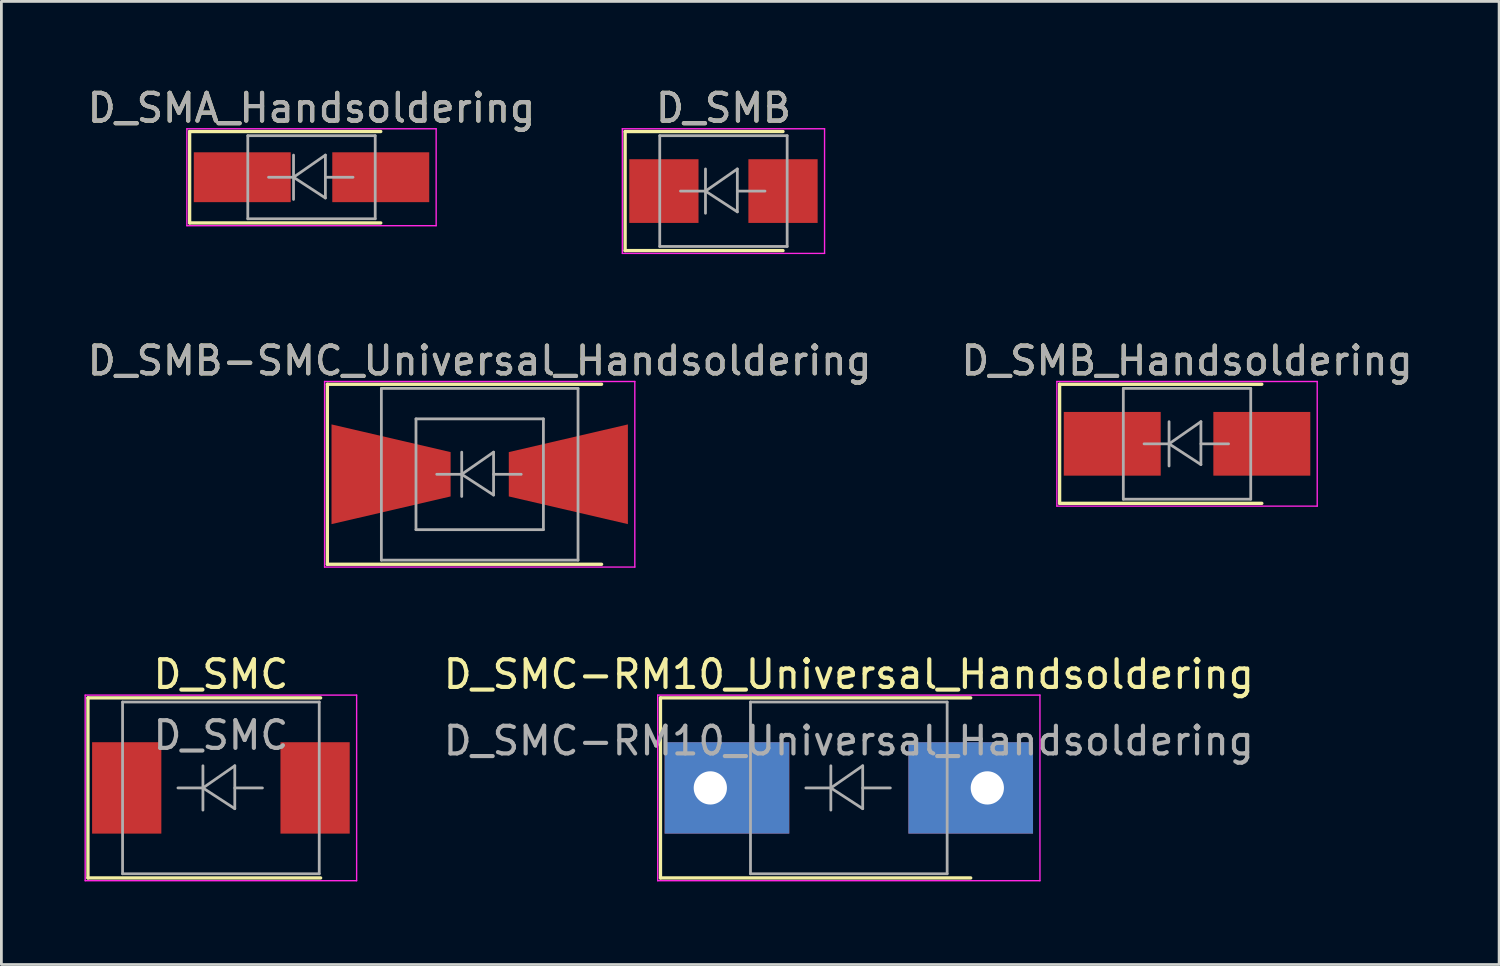
<source format=kicad_pcb>
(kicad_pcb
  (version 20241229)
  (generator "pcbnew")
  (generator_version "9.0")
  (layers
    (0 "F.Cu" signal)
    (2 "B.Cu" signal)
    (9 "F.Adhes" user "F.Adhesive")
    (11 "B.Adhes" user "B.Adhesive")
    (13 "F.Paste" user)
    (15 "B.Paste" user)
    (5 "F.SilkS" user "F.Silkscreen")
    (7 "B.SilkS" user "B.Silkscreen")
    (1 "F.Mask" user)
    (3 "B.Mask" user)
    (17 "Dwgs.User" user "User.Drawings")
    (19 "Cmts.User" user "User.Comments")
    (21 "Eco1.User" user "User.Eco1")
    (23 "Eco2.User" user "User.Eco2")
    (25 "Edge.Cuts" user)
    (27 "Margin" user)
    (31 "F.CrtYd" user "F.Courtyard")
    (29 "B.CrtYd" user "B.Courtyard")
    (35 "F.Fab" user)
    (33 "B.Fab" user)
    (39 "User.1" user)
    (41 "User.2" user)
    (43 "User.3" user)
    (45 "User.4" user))
  (footprint "D_SMB"
    (layer "F.Cu")
    (at 23.068 3.848)
    (property "Reference" "D_SMB" (at 0 -3 0) (layer "F.SilkS") (effects (font (size 1 1) (thickness 0.15))))
    (attr smd)
    (fp_line (start -3.55 -2.15) (end -3.55 2.15) (stroke (width 0.12) (type solid)) (layer "F.SilkS"))
    (fp_line (start -3.55 -2.15) (end 2.15 -2.15) (stroke (width 0.12) (type solid)) (layer "F.SilkS"))
    (fp_line (start -3.55 2.15) (end 2.15 2.15) (stroke (width 0.12) (type solid)) (layer "F.SilkS"))
    (fp_line (start -3.65 -2.25) (end 3.65 -2.25) (stroke (width 0.05) (type solid)) (layer "F.CrtYd"))
    (fp_line (start -3.65 2.25) (end -3.65 -2.25) (stroke (width 0.05) (type solid)) (layer "F.CrtYd"))
    (fp_line (start 3.65 -2.25) (end 3.65 2.25) (stroke (width 0.05) (type solid)) (layer "F.CrtYd"))
    (fp_line (start 3.65 2.25) (end -3.65 2.25) (stroke (width 0.05) (type solid)) (layer "F.CrtYd"))
    (fp_line (start -2.3 2) (end -2.3 -2) (stroke (width 0.1) (type solid)) (layer "F.Fab"))
    (fp_line (start -0.649 -0.799) (end -0.649 0.801) (stroke (width 0.1) (type solid)) (layer "F.Fab"))
    (fp_line (start -0.649 0.001) (end -1.551 0.001) (stroke (width 0.1) (type solid)) (layer "F.Fab"))
    (fp_line (start -0.649 0.001) (end 0.501 -0.799) (stroke (width 0.1) (type solid)) (layer "F.Fab"))
    (fp_line (start -0.649 0.001) (end 0.501 0.75) (stroke (width 0.1) (type solid)) (layer "F.Fab"))
    (fp_line (start 0.501 0.001) (end 1.499 0.001) (stroke (width 0.1) (type solid)) (layer "F.Fab"))
    (fp_line (start 0.501 0.75) (end 0.501 -0.799) (stroke (width 0.1) (type solid)) (layer "F.Fab"))
    (fp_line (start 2.3 -2) (end -2.3 -2) (stroke (width 0.1) (type solid)) (layer "F.Fab"))
    (fp_line (start 2.3 -2) (end 2.3 2) (stroke (width 0.1) (type solid)) (layer "F.Fab"))
    (fp_line (start 2.3 2) (end -2.3 2) (stroke (width 0.1) (type solid)) (layer "F.Fab"))
    (fp_text user "${REFERENCE}" (at 0 -3 0) (layer "F.Fab") (effects (font (size 1 1) (thickness 0.15))))
    (pad "1" smd rect (at -2.15 0) (size 2.5 2.3) (layers "F.Cu" "F.Mask" "F.Paste"))
    (pad "2" smd rect (at 2.15 0) (size 2.5 2.3) (layers "F.Cu" "F.Mask" "F.Paste")))
  (footprint "D_SMB-SMC_Universal_Handsoldering"
    (layer "F.Cu")
    (at 14.268 14.072)
    (property "Reference" "D_SMB-SMC_Universal_Handsoldering" (at 0 -4.1 0) (layer "F.SilkS") (effects (font (size 1 1) (thickness 0.15))))
    (attr smd)
    (fp_line (start -5.5 -3.25) (end 4.4 -3.25) (stroke (width 0.12) (type solid)) (layer "F.SilkS"))
    (fp_line (start -5.5 3.25) (end -5.5 -3.25) (stroke (width 0.12) (type solid)) (layer "F.SilkS"))
    (fp_line (start -5.5 3.25) (end 4.4 3.25) (stroke (width 0.12) (type solid)) (layer "F.SilkS"))
    (fp_line (start -5.6 -3.35) (end 5.6 -3.35) (stroke (width 0.05) (type solid)) (layer "F.CrtYd"))
    (fp_line (start -5.6 3.35) (end -5.6 -3.35) (stroke (width 0.05) (type solid)) (layer "F.CrtYd"))
    (fp_line (start 5.6 -3.35) (end 5.6 3.35) (stroke (width 0.05) (type solid)) (layer "F.CrtYd"))
    (fp_line (start 5.6 3.35) (end -5.6 3.35) (stroke (width 0.05) (type solid)) (layer "F.CrtYd"))
    (fp_line (start -3.55 3.1) (end -3.55 -3.1) (stroke (width 0.1) (type solid)) (layer "F.Fab"))
    (fp_line (start -2.3 2) (end -2.3 -2) (stroke (width 0.1) (type solid)) (layer "F.Fab"))
    (fp_line (start -0.649 -0.799) (end -0.649 0.801) (stroke (width 0.1) (type solid)) (layer "F.Fab"))
    (fp_line (start -0.649 0.001) (end -1.551 0.001) (stroke (width 0.1) (type solid)) (layer "F.Fab"))
    (fp_line (start -0.649 0.001) (end 0.501 -0.799) (stroke (width 0.1) (type solid)) (layer "F.Fab"))
    (fp_line (start -0.649 0.001) (end 0.501 0.75) (stroke (width 0.1) (type solid)) (layer "F.Fab"))
    (fp_line (start 0.501 0.001) (end 1.499 0.001) (stroke (width 0.1) (type solid)) (layer "F.Fab"))
    (fp_line (start 0.501 0.75) (end 0.501 -0.799) (stroke (width 0.1) (type solid)) (layer "F.Fab"))
    (fp_line (start 2.3 -2) (end -2.3 -2) (stroke (width 0.1) (type solid)) (layer "F.Fab"))
    (fp_line (start 2.3 -2) (end 2.3 2) (stroke (width 0.1) (type solid)) (layer "F.Fab"))
    (fp_line (start 2.3 2) (end -2.3 2) (stroke (width 0.1) (type solid)) (layer "F.Fab"))
    (fp_line (start 3.55 -3.1) (end -3.55 -3.1) (stroke (width 0.1) (type solid)) (layer "F.Fab"))
    (fp_line (start 3.55 -3.1) (end 3.55 3.1) (stroke (width 0.1) (type solid)) (layer "F.Fab"))
    (fp_line (start 3.55 3.1) (end -3.55 3.1) (stroke (width 0.1) (type solid)) (layer "F.Fab"))
    (fp_text user "${REFERENCE}" (at 0 -4.1 0) (layer "F.Fab") (effects (font (size 1 1) (thickness 0.15))))
    (pad "1" smd trapezoid (at -3.2 0) (size 4.3 2.6) (rect_delta 1 0) (layers "F.Cu" "F.Mask" "F.Paste"))
    (pad "2" smd trapezoid (at 3.2 0 180) (size 4.3 2.6) (rect_delta 1 0) (layers "F.Cu" "F.Mask" "F.Paste")))
  (footprint "D_SMB_Handsoldering"
    (layer "F.Cu")
    (at 39.804 12.972)
    (property "Reference" "D_SMB_Handsoldering" (at 0 -3 0) (layer "F.SilkS") (effects (font (size 1 1) (thickness 0.15))))
    (attr smd)
    (fp_line (start -4.6 -2.15) (end -4.6 2.15) (stroke (width 0.12) (type solid)) (layer "F.SilkS"))
    (fp_line (start -4.6 -2.15) (end 2.7 -2.15) (stroke (width 0.12) (type solid)) (layer "F.SilkS"))
    (fp_line (start -4.6 2.15) (end 2.7 2.15) (stroke (width 0.12) (type solid)) (layer "F.SilkS"))
    (fp_line (start -4.7 -2.25) (end 4.7 -2.25) (stroke (width 0.05) (type solid)) (layer "F.CrtYd"))
    (fp_line (start -4.7 2.25) (end -4.7 -2.25) (stroke (width 0.05) (type solid)) (layer "F.CrtYd"))
    (fp_line (start 4.7 -2.25) (end 4.7 2.25) (stroke (width 0.05) (type solid)) (layer "F.CrtYd"))
    (fp_line (start 4.7 2.25) (end -4.7 2.25) (stroke (width 0.05) (type solid)) (layer "F.CrtYd"))
    (fp_line (start -2.3 2) (end -2.3 -2) (stroke (width 0.1) (type solid)) (layer "F.Fab"))
    (fp_line (start -0.649 -0.799) (end -0.649 0.801) (stroke (width 0.1) (type solid)) (layer "F.Fab"))
    (fp_line (start -0.649 0.001) (end -1.551 0.001) (stroke (width 0.1) (type solid)) (layer "F.Fab"))
    (fp_line (start -0.649 0.001) (end 0.501 -0.799) (stroke (width 0.1) (type solid)) (layer "F.Fab"))
    (fp_line (start -0.649 0.001) (end 0.501 0.75) (stroke (width 0.1) (type solid)) (layer "F.Fab"))
    (fp_line (start 0.501 0.001) (end 1.499 0.001) (stroke (width 0.1) (type solid)) (layer "F.Fab"))
    (fp_line (start 0.501 0.75) (end 0.501 -0.799) (stroke (width 0.1) (type solid)) (layer "F.Fab"))
    (fp_line (start 2.3 -2) (end -2.3 -2) (stroke (width 0.1) (type solid)) (layer "F.Fab"))
    (fp_line (start 2.3 -2) (end 2.3 2) (stroke (width 0.1) (type solid)) (layer "F.Fab"))
    (fp_line (start 2.3 2) (end -2.3 2) (stroke (width 0.1) (type solid)) (layer "F.Fab"))
    (fp_text user "${REFERENCE}" (at 0 -3 0) (layer "F.Fab") (effects (font (size 1 1) (thickness 0.15))))
    (pad "1" smd rect (at -2.7 0) (size 3.5 2.3) (layers "F.Cu" "F.Mask" "F.Paste"))
    (pad "2" smd rect (at 2.7 0) (size 3.5 2.3) (layers "F.Cu" "F.Mask" "F.Paste")))
  (footprint "D_SMA_Handsoldering"
    (layer "F.Cu")
    (at 8.196 3.348)
    (property "Reference" "D_SMA_Handsoldering" (at 0 -2.5 0) (layer "F.SilkS") (effects (font (size 1 1) (thickness 0.15))))
    (attr smd)
    (fp_line (start -4.4 -1.65) (end -4.4 1.65) (stroke (width 0.12) (type solid)) (layer "F.SilkS"))
    (fp_line (start -4.4 -1.65) (end 2.5 -1.65) (stroke (width 0.12) (type solid)) (layer "F.SilkS"))
    (fp_line (start -4.4 1.65) (end 2.5 1.65) (stroke (width 0.12) (type solid)) (layer "F.SilkS"))
    (fp_line (start -4.5 -1.75) (end 4.5 -1.75) (stroke (width 0.05) (type solid)) (layer "F.CrtYd"))
    (fp_line (start -4.5 1.75) (end -4.5 -1.75) (stroke (width 0.05) (type solid)) (layer "F.CrtYd"))
    (fp_line (start 4.5 -1.75) (end 4.5 1.75) (stroke (width 0.05) (type solid)) (layer "F.CrtYd"))
    (fp_line (start 4.5 1.75) (end -4.5 1.75) (stroke (width 0.05) (type solid)) (layer "F.CrtYd"))
    (fp_line (start -2.3 1.5) (end -2.3 -1.5) (stroke (width 0.1) (type solid)) (layer "F.Fab"))
    (fp_line (start -0.649 -0.799) (end -0.649 0.801) (stroke (width 0.1) (type solid)) (layer "F.Fab"))
    (fp_line (start -0.649 0.001) (end -1.551 0.001) (stroke (width 0.1) (type solid)) (layer "F.Fab"))
    (fp_line (start -0.649 0.001) (end 0.501 -0.799) (stroke (width 0.1) (type solid)) (layer "F.Fab"))
    (fp_line (start -0.649 0.001) (end 0.501 0.75) (stroke (width 0.1) (type solid)) (layer "F.Fab"))
    (fp_line (start 0.501 0.001) (end 1.499 0.001) (stroke (width 0.1) (type solid)) (layer "F.Fab"))
    (fp_line (start 0.501 0.75) (end 0.501 -0.799) (stroke (width 0.1) (type solid)) (layer "F.Fab"))
    (fp_line (start 2.3 -1.5) (end -2.3 -1.5) (stroke (width 0.1) (type solid)) (layer "F.Fab"))
    (fp_line (start 2.3 -1.5) (end 2.3 1.5) (stroke (width 0.1) (type solid)) (layer "F.Fab"))
    (fp_line (start 2.3 1.5) (end -2.3 1.5) (stroke (width 0.1) (type solid)) (layer "F.Fab"))
    (fp_text user "${REFERENCE}" (at 0 -2.5 0) (layer "F.Fab") (effects (font (size 1 1) (thickness 0.15))))
    (pad "1" smd rect (at -2.5 0) (size 3.5 1.8) (layers "F.Cu" "F.Mask" "F.Paste"))
    (pad "2" smd rect (at 2.5 0) (size 3.5 1.8) (layers "F.Cu" "F.Mask" "F.Paste")))
  (footprint "D_SMC-RM10_Universal_Handsoldering"
    (layer "F.Cu")
    (at 27.594 25.395)
    (property "Reference" "D_SMC-RM10_Universal_Handsoldering" (at 0 -4.1 0) (layer "F.SilkS") (effects (font (size 1 1) (thickness 0.15))))
    (attr through_hole)
    (fp_line (start -6.8 -3.25) (end 4.4 -3.25) (stroke (width 0.12) (type solid)) (layer "F.SilkS"))
    (fp_line (start -6.8 3.25) (end -6.8 -3.25) (stroke (width 0.12) (type solid)) (layer "F.SilkS"))
    (fp_line (start -6.8 3.25) (end 4.4 3.25) (stroke (width 0.12) (type solid)) (layer "F.SilkS"))
    (fp_line (start -6.9 -3.35) (end 6.9 -3.35) (stroke (width 0.05) (type solid)) (layer "F.CrtYd"))
    (fp_line (start -6.9 3.35) (end -6.9 -3.35) (stroke (width 0.05) (type solid)) (layer "F.CrtYd"))
    (fp_line (start 6.9 -3.35) (end 6.9 3.35) (stroke (width 0.05) (type solid)) (layer "F.CrtYd"))
    (fp_line (start 6.9 3.35) (end -6.9 3.35) (stroke (width 0.05) (type solid)) (layer "F.CrtYd"))
    (fp_line (start -3.55 3.1) (end -3.55 -3.1) (stroke (width 0.1) (type solid)) (layer "F.Fab"))
    (fp_line (start -0.649 -0.799) (end -0.649 0.801) (stroke (width 0.1) (type solid)) (layer "F.Fab"))
    (fp_line (start -0.649 0.001) (end -1.551 0.001) (stroke (width 0.1) (type solid)) (layer "F.Fab"))
    (fp_line (start -0.649 0.001) (end 0.501 -0.799) (stroke (width 0.1) (type solid)) (layer "F.Fab"))
    (fp_line (start -0.649 0.001) (end 0.501 0.75) (stroke (width 0.1) (type solid)) (layer "F.Fab"))
    (fp_line (start 0.501 0.001) (end 1.499 0.001) (stroke (width 0.1) (type solid)) (layer "F.Fab"))
    (fp_line (start 0.501 0.75) (end 0.501 -0.799) (stroke (width 0.1) (type solid)) (layer "F.Fab"))
    (fp_line (start 3.55 -3.1) (end -3.55 -3.1) (stroke (width 0.1) (type solid)) (layer "F.Fab"))
    (fp_line (start 3.55 -3.1) (end 3.55 3.1) (stroke (width 0.1) (type solid)) (layer "F.Fab"))
    (fp_line (start 3.55 3.1) (end -3.55 3.1) (stroke (width 0.1) (type solid)) (layer "F.Fab"))
    (fp_text user "${REFERENCE}" (at 0 -1.7 0) (layer "F.Fab") (effects (font (size 1 1) (thickness 0.15))))
    (pad "1" thru_hole rect (at -5 0) (size 4.5 3.3) (drill 1.2 (offset 0.6 0)) (layers "*.Cu" "*.Mask"))
    (pad "2" thru_hole rect (at 5 0 180) (size 4.5 3.3) (drill 1.2 (offset 0.6 0)) (layers "*.Cu" "*.Mask")))
  (footprint "D_SMC"
    (layer "F.Cu")
    (at 4.925 25.395)
    (property "Reference" "D_SMC" (at 0 -4.1 0) (layer "F.SilkS") (effects (font (size 1 1) (thickness 0.15))))
    (attr smd)
    (fp_line (start -4.8 -3.25) (end 3.6 -3.25) (stroke (width 0.12) (type solid)) (layer "F.SilkS"))
    (fp_line (start -4.8 3.25) (end -4.8 -3.25) (stroke (width 0.12) (type solid)) (layer "F.SilkS"))
    (fp_line (start -4.8 3.25) (end 3.6 3.25) (stroke (width 0.12) (type solid)) (layer "F.SilkS"))
    (fp_line (start -4.9 -3.35) (end 4.9 -3.35) (stroke (width 0.05) (type solid)) (layer "F.CrtYd"))
    (fp_line (start -4.9 3.35) (end -4.9 -3.35) (stroke (width 0.05) (type solid)) (layer "F.CrtYd"))
    (fp_line (start 4.9 -3.35) (end 4.9 3.35) (stroke (width 0.05) (type solid)) (layer "F.CrtYd"))
    (fp_line (start 4.9 3.35) (end -4.9 3.35) (stroke (width 0.05) (type solid)) (layer "F.CrtYd"))
    (fp_line (start -3.55 3.1) (end -3.55 -3.1) (stroke (width 0.1) (type solid)) (layer "F.Fab"))
    (fp_line (start -0.649 -0.799) (end -0.649 0.801) (stroke (width 0.1) (type solid)) (layer "F.Fab"))
    (fp_line (start -0.649 0.001) (end -1.551 0.001) (stroke (width 0.1) (type solid)) (layer "F.Fab"))
    (fp_line (start -0.649 0.001) (end 0.501 -0.799) (stroke (width 0.1) (type solid)) (layer "F.Fab"))
    (fp_line (start -0.649 0.001) (end 0.501 0.75) (stroke (width 0.1) (type solid)) (layer "F.Fab"))
    (fp_line (start 0.501 0.001) (end 1.499 0.001) (stroke (width 0.1) (type solid)) (layer "F.Fab"))
    (fp_line (start 0.501 0.75) (end 0.501 -0.799) (stroke (width 0.1) (type solid)) (layer "F.Fab"))
    (fp_line (start 3.55 -3.1) (end -3.55 -3.1) (stroke (width 0.1) (type solid)) (layer "F.Fab"))
    (fp_line (start 3.55 -3.1) (end 3.55 3.1) (stroke (width 0.1) (type solid)) (layer "F.Fab"))
    (fp_line (start 3.55 3.1) (end -3.55 3.1) (stroke (width 0.1) (type solid)) (layer "F.Fab"))
    (fp_text user "${REFERENCE}" (at 0 -1.9 0) (layer "F.Fab") (effects (font (size 1 1) (thickness 0.15))))
    (pad "1" smd rect (at -3.4 0 90) (size 3.3 2.5) (layers "F.Cu" "F.Mask" "F.Paste"))
    (pad "2" smd rect (at 3.4 0 90) (size 3.3 2.5) (layers "F.Cu" "F.Mask" "F.Paste")))
  (gr_rect
    (start -3 -3)
    (end 51.071 31.77)
    (stroke (width 0.1) (type default))
    (fill no)
    (layer "Edge.Cuts")))
</source>
